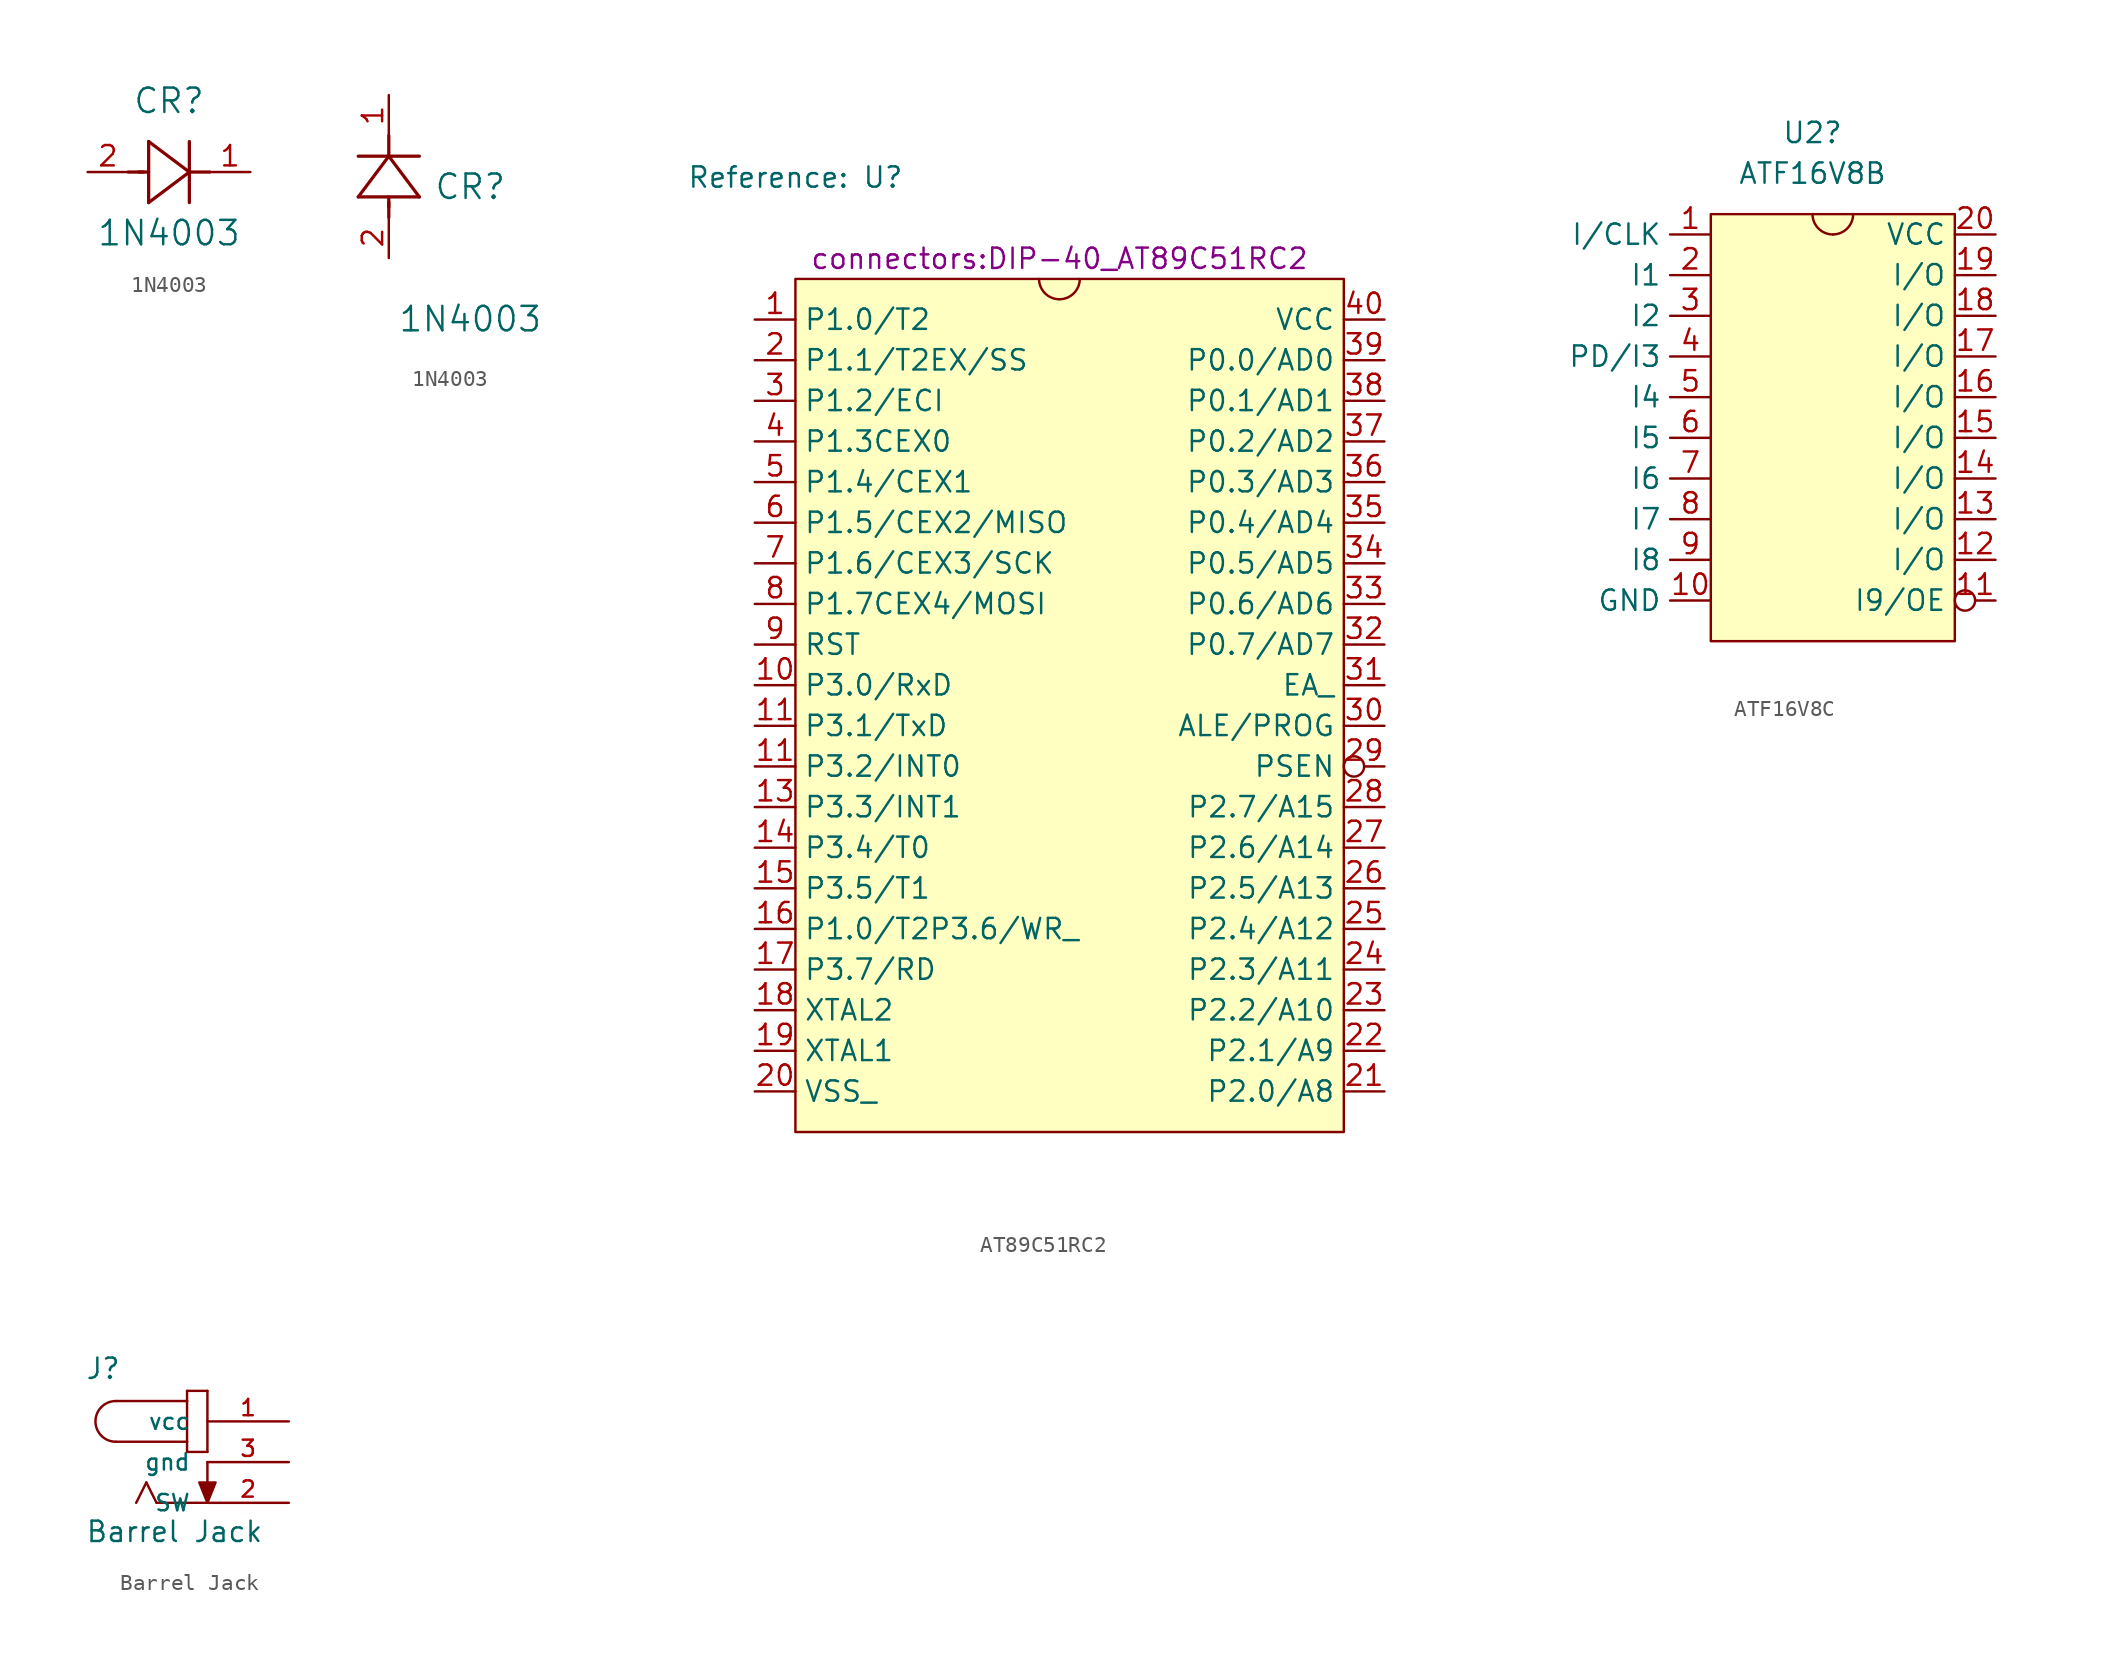
<source format=kicad_sym>
(kicad_symbol_lib
  (version 20231120)
  (generator "kicad_symbol_editor")
  (generator_version "8.0")
  (symbol "1N4003"
    (pin_names
      (offset 0.254))
    (property "Reference" "CR"
      (at 5.08 4.445 0)
      (effects (font (size 1.524 1.524))))
    (property "Value" "1N4003"
      (at 5.08 -3.81 0)
      (effects (font (size 1.524 1.524))))
    (property "ki_locked" ""
      (at 0 0 0)
      (effects (font (size 1.27 1.27))))
    (symbol "1N4003_1_1"
      (polyline (pts (xy 2.54 0) (xy 3.48 0)) (stroke (width 0.203) (type default)) (fill (type none)))
      (polyline (pts (xy 3.175 0) (xy 3.81 0)) (stroke (width 0.203) (type default)) (fill (type none)))
      (polyline (pts (xy 3.81 -1.905) (xy 6.35 0)) (stroke (width 0.203) (type default)) (fill (type none)))
      (polyline (pts (xy 3.81 1.905) (xy 3.81 -1.905)) (stroke (width 0.203) (type default)) (fill (type none)))
      (polyline (pts (xy 6.35 -1.905) (xy 6.35 1.905)) (stroke (width 0.203) (type default)) (fill (type none)))
      (polyline (pts (xy 6.35 0) (xy 3.81 1.905)) (stroke (width 0.203) (type default)) (fill (type none)))
      (polyline (pts (xy 6.35 0) (xy 7.62 0)) (stroke (width 0.203) (type default)) (fill (type none)))
      (pin unspecified line (at 10.16 0 180) (length 2.54) (name "" (effects (font (size 1.27 1.27)))) (number "1" (effects (font (size 1.27 1.27)))))
      (pin unspecified line (at 0 0 0) (length 2.54) (name "" (effects (font (size 1.27 1.27)))) (number "2" (effects (font (size 1.27 1.27))))))
    (symbol "1N4003_1_2"
      (polyline (pts (xy -1.905 3.81) (xy 1.905 3.81)) (stroke (width 0.203) (type default)) (fill (type none)))
      (polyline (pts (xy 0 2.54) (xy 0 3.48)) (stroke (width 0.203) (type default)) (fill (type none)))
      (polyline (pts (xy 0 3.175) (xy 0 3.81)) (stroke (width 0.203) (type default)) (fill (type none)))
      (polyline (pts (xy 0 6.35) (xy -1.905 3.81)) (stroke (width 0.203) (type default)) (fill (type none)))
      (polyline (pts (xy 0 6.35) (xy 0 7.62)) (stroke (width 0.203) (type default)) (fill (type none)))
      (polyline (pts (xy 1.905 3.81) (xy 0 6.35)) (stroke (width 0.203) (type default)) (fill (type none)))
      (polyline (pts (xy 1.905 6.35) (xy -1.905 6.35)) (stroke (width 0.203) (type default)) (fill (type none)))
      (pin unspecified line (at 0 10.16 270) (length 2.54) (name "" (effects (font (size 1.27 1.27)))) (number "1" (effects (font (size 1.27 1.27)))))
      (pin unspecified line (at 0 0 90) (length 2.54) (name "" (effects (font (size 1.27 1.27)))) (number "2" (effects (font (size 1.27 1.27)))))))
  (symbol "AT89C51RC2"
    (property "Reference" "U"
      (at 0 6.35 0)
      (show_name)
      (effects (font (size 1.27 1.27))))
    (property "Value" ""
      (at 0 0 0)
      (effects (font (size 1.27 1.27))))
    (property "Footprint" "connectors:DIP-40_AT89C51RC2"
      (at 16.51 1.27 0)
      (effects (font (size 1.27 1.27))))
    (symbol "AT89C51RC2_1_1"
      (rectangle (start 0 0) (end 34.29 -53.34) (stroke (width 0) (type default)) (fill (type background)))
      (arc (start 15.24 0) (mid 15.612 -0.898) (end 16.51 -1.27) (stroke (width 0) (type default)) (fill (type none)))
      (arc (start 16.51 -1.27) (mid 17.408 -0.898) (end 17.78 0) (stroke (width 0) (type default)) (fill (type none)))
      (pin bidirectional line (at -2.54 -2.54 0) (length 2.54) (name "P1.0/T2" (effects (font (size 1.27 1.27)))) (number "1" (effects (font (size 1.27 1.27)))))
      (pin input line (at -2.54 -25.4 0) (length 2.54) (name "P3.0/RxD" (effects (font (size 1.27 1.27)))) (number "10" (effects (font (size 1.27 1.27)))))
      (pin output line (at -2.54 -27.94 0) (length 2.54) (name "P3.1/TxD" (effects (font (size 1.27 1.27)))) (number "11" (effects (font (size 1.27 1.27)))))
      (pin bidirectional line (at -2.54 -30.48 0) (length 2.54) (name "P3.2/INT0" (effects (font (size 1.27 1.27)))) (number "11" (effects (font (size 1.27 1.27)))))
      (pin bidirectional line (at -2.54 -33.02 0) (length 2.54) (name "P3.3/INT1" (effects (font (size 1.27 1.27)))) (number "13" (effects (font (size 1.27 1.27)))))
      (pin bidirectional line (at -2.54 -35.56 0) (length 2.54) (name "P3.4/T0" (effects (font (size 1.27 1.27)))) (number "14" (effects (font (size 1.27 1.27)))))
      (pin bidirectional line (at -2.54 -38.1 0) (length 2.54) (name "P3.5/T1" (effects (font (size 1.27 1.27)))) (number "15" (effects (font (size 1.27 1.27)))))
      (pin bidirectional line (at -2.54 -40.64 0) (length 2.54) (name "P1.0/T2P3.6/WR_" (effects (font (size 1.27 1.27)))) (number "16" (effects (font (size 1.27 1.27)))))
      (pin bidirectional line (at -2.54 -43.18 0) (length 2.54) (name "P3.7/RD" (effects (font (size 1.27 1.27)))) (number "17" (effects (font (size 1.27 1.27)))))
      (pin unspecified line (at -2.54 -45.72 0) (length 2.54) (name "XTAL2" (effects (font (size 1.27 1.27)))) (number "18" (effects (font (size 1.27 1.27)))))
      (pin unspecified line (at -2.54 -48.26 0) (length 2.54) (name "XTAL1" (effects (font (size 1.27 1.27)))) (number "19" (effects (font (size 1.27 1.27)))))
      (pin bidirectional line (at -2.54 -5.08 0) (length 2.54) (name "P1.1/T2EX/SS" (effects (font (size 1.27 1.27)))) (number "2" (effects (font (size 1.27 1.27)))))
      (pin unspecified line (at -2.54 -50.8 0) (length 2.54) (name "VSS_" (effects (font (size 1.27 1.27)))) (number "20" (effects (font (size 1.27 1.27)))))
      (pin bidirectional line (at 36.83 -50.8 180) (length 2.54) (name "P2.0/A8" (effects (font (size 1.27 1.27)))) (number "21" (effects (font (size 1.27 1.27)))))
      (pin bidirectional line (at 36.83 -48.26 180) (length 2.54) (name "P2.1/A9" (effects (font (size 1.27 1.27)))) (number "22" (effects (font (size 1.27 1.27)))))
      (pin bidirectional line (at 36.83 -45.72 180) (length 2.54) (name "P2.2/A10" (effects (font (size 1.27 1.27)))) (number "23" (effects (font (size 1.27 1.27)))))
      (pin bidirectional line (at 36.83 -43.18 180) (length 2.54) (name "P2.3/A11" (effects (font (size 1.27 1.27)))) (number "24" (effects (font (size 1.27 1.27)))))
      (pin bidirectional line (at 36.83 -40.64 180) (length 2.54) (name "P2.4/A12" (effects (font (size 1.27 1.27)))) (number "25" (effects (font (size 1.27 1.27)))))
      (pin bidirectional line (at 36.83 -38.1 180) (length 2.54) (name "P2.5/A13" (effects (font (size 1.27 1.27)))) (number "26" (effects (font (size 1.27 1.27)))))
      (pin bidirectional line (at 36.83 -35.56 180) (length 2.54) (name "P2.6/A14" (effects (font (size 1.27 1.27)))) (number "27" (effects (font (size 1.27 1.27)))))
      (pin bidirectional line (at 36.83 -33.02 180) (length 2.54) (name "P2.7/A15" (effects (font (size 1.27 1.27)))) (number "28" (effects (font (size 1.27 1.27)))))
      (pin input inverted (at 36.83 -30.48 180) (length 2.54) (name "PSEN" (effects (font (size 1.27 1.27)))) (number "29" (effects (font (size 1.27 1.27)))))
      (pin bidirectional line (at -2.54 -7.62 0) (length 2.54) (name "P1.2/ECI" (effects (font (size 1.27 1.27)))) (number "3" (effects (font (size 1.27 1.27)))))
      (pin input line (at 36.83 -27.94 180) (length 2.54) (name "ALE/PROG" (effects (font (size 1.27 1.27)))) (number "30" (effects (font (size 1.27 1.27)))))
      (pin input line (at 36.83 -25.4 180) (length 2.54) (name "EA_" (effects (font (size 1.27 1.27)))) (number "31" (effects (font (size 1.27 1.27)))))
      (pin bidirectional line (at 36.83 -22.86 180) (length 2.54) (name "P0.7/AD7" (effects (font (size 1.27 1.27)))) (number "32" (effects (font (size 1.27 1.27)))))
      (pin bidirectional line (at 36.83 -20.32 180) (length 2.54) (name "P0.6/AD6" (effects (font (size 1.27 1.27)))) (number "33" (effects (font (size 1.27 1.27)))))
      (pin bidirectional line (at 36.83 -17.78 180) (length 2.54) (name "P0.5/AD5" (effects (font (size 1.27 1.27)))) (number "34" (effects (font (size 1.27 1.27)))))
      (pin bidirectional line (at 36.83 -15.24 180) (length 2.54) (name "P0.4/AD4" (effects (font (size 1.27 1.27)))) (number "35" (effects (font (size 1.27 1.27)))))
      (pin bidirectional line (at 36.83 -12.7 180) (length 2.54) (name "P0.3/AD3" (effects (font (size 1.27 1.27)))) (number "36" (effects (font (size 1.27 1.27)))))
      (pin bidirectional line (at 36.83 -10.16 180) (length 2.54) (name "P0.2/AD2" (effects (font (size 1.27 1.27)))) (number "37" (effects (font (size 1.27 1.27)))))
      (pin bidirectional line (at 36.83 -7.62 180) (length 2.54) (name "P0.1/AD1" (effects (font (size 1.27 1.27)))) (number "38" (effects (font (size 1.27 1.27)))))
      (pin bidirectional line (at 36.83 -5.08 180) (length 2.54) (name "P0.0/AD0" (effects (font (size 1.27 1.27)))) (number "39" (effects (font (size 1.27 1.27)))))
      (pin bidirectional line (at -2.54 -10.16 0) (length 2.54) (name "P1.3CEX0" (effects (font (size 1.27 1.27)))) (number "4" (effects (font (size 1.27 1.27)))))
      (pin power_in line (at 36.83 -2.54 180) (length 2.54) (name "VCC" (effects (font (size 1.27 1.27)))) (number "40" (effects (font (size 1.27 1.27)))))
      (pin bidirectional line (at -2.54 -12.7 0) (length 2.54) (name "P1.4/CEX1" (effects (font (size 1.27 1.27)))) (number "5" (effects (font (size 1.27 1.27)))))
      (pin bidirectional line (at -2.54 -15.24 0) (length 2.54) (name "P1.5/CEX2/MISO" (effects (font (size 1.27 1.27)))) (number "6" (effects (font (size 1.27 1.27)))))
      (pin bidirectional line (at -2.54 -17.78 0) (length 2.54) (name "P1.6/CEX3/SCK" (effects (font (size 1.27 1.27)))) (number "7" (effects (font (size 1.27 1.27)))))
      (pin bidirectional line (at -2.54 -20.32 0) (length 2.54) (name "P1.7CEX4/MOSI" (effects (font (size 1.27 1.27)))) (number "8" (effects (font (size 1.27 1.27)))))
      (pin bidirectional line (at -2.54 -22.86 0) (length 2.54) (name "RST" (effects (font (size 1.27 1.27)))) (number "9" (effects (font (size 1.27 1.27)))))))
  (symbol "ATF16V8C"
    (property "Reference" "U2"
      (at 6.35 5.08 0)
      (effects (font (size 1.27 1.27))))
    (property "Value" "ATF16V8B"
      (at 6.35 2.54 0)
      (effects (font (size 1.27 1.27))))
    (symbol "ATF16V8C_0_1"
      (arc (start 6.35 0) (mid 6.722 -0.898) (end 7.62 -1.27) (stroke (width 0) (type default)) (fill (type none)))
      (arc (start 7.62 -1.27) (mid 8.518 -0.898) (end 8.89 0) (stroke (width 0) (type default)) (fill (type none))))
    (symbol "ATF16V8C_1_0"
      (pin bidirectional line (at 17.78 -6.35 180) (length 2.54) (name "I/O" (effects (font (size 1.27 1.27)))) (number "18" (effects (font (size 1.27 1.27))))))
    (symbol "ATF16V8C_1_1"
      (rectangle (start 0 0) (end 15.24 -26.67) (stroke (width 0) (type default)) (fill (type background)))
      (pin input line (at 0 -1.27 180) (length 2.54) (name "I/CLK" (effects (font (size 1.27 1.27)))) (number "1" (effects (font (size 1.27 1.27)))))
      (pin power_out line (at 0 -24.13 180) (length 2.54) (name "GND" (effects (font (size 1.27 1.27)))) (number "10" (effects (font (size 1.27 1.27)))))
      (pin input inverted (at 17.78 -24.13 180) (length 2.54) (name "I9/OE" (effects (font (size 1.27 1.27)))) (number "11" (effects (font (size 1.27 1.27)))))
      (pin bidirectional line (at 17.78 -21.59 180) (length 2.54) (name "I/O" (effects (font (size 1.27 1.27)))) (number "12" (effects (font (size 1.27 1.27)))))
      (pin bidirectional line (at 17.78 -19.05 180) (length 2.54) (name "I/O" (effects (font (size 1.27 1.27)))) (number "13" (effects (font (size 1.27 1.27)))))
      (pin bidirectional line (at 17.78 -16.51 180) (length 2.54) (name "I/O" (effects (font (size 1.27 1.27)))) (number "14" (effects (font (size 1.27 1.27)))))
      (pin bidirectional line (at 17.78 -13.97 180) (length 2.54) (name "I/O" (effects (font (size 1.27 1.27)))) (number "15" (effects (font (size 1.27 1.27)))))
      (pin bidirectional line (at 17.78 -11.43 180) (length 2.54) (name "I/O" (effects (font (size 1.27 1.27)))) (number "16" (effects (font (size 1.27 1.27)))))
      (pin bidirectional line (at 17.78 -8.89 180) (length 2.54) (name "I/O" (effects (font (size 1.27 1.27)))) (number "17" (effects (font (size 1.27 1.27)))))
      (pin bidirectional line (at 17.78 -3.81 180) (length 2.54) (name "I/O" (effects (font (size 1.27 1.27)))) (number "19" (effects (font (size 1.27 1.27)))))
      (pin input line (at 0 -3.81 180) (length 2.54) (name "I1" (effects (font (size 1.27 1.27)))) (number "2" (effects (font (size 1.27 1.27)))))
      (pin power_in line (at 17.78 -1.27 180) (length 2.54) (name "VCC" (effects (font (size 1.27 1.27)))) (number "20" (effects (font (size 1.27 1.27)))))
      (pin input line (at 0 -6.35 180) (length 2.54) (name "I2" (effects (font (size 1.27 1.27)))) (number "3" (effects (font (size 1.27 1.27)))))
      (pin input line (at 0 -8.89 180) (length 2.54) (name "PD/I3" (effects (font (size 1.27 1.27)))) (number "4" (effects (font (size 1.27 1.27)))))
      (pin input line (at 0 -11.43 180) (length 2.54) (name "I4" (effects (font (size 1.27 1.27)))) (number "5" (effects (font (size 1.27 1.27)))))
      (pin input line (at 0 -13.97 180) (length 2.54) (name "I5" (effects (font (size 1.27 1.27)))) (number "6" (effects (font (size 1.27 1.27)))))
      (pin input line (at 0 -16.51 180) (length 2.54) (name "I6" (effects (font (size 1.27 1.27)))) (number "7" (effects (font (size 1.27 1.27)))))
      (pin input line (at 0 -19.05 180) (length 2.54) (name "I7" (effects (font (size 1.27 1.27)))) (number "8" (effects (font (size 1.27 1.27)))))
      (pin input line (at 0 -21.59 180) (length 2.54) (name "I8" (effects (font (size 1.27 1.27)))) (number "9" (effects (font (size 1.27 1.27)))))))
  (symbol "Barrel Jack"
    (pin_names
      (offset 1.016))
    (property "Reference" "J"
      (at -7.634 5.089 0)
      (effects (font (size 1.27 1.27)) (justify left bottom)))
    (property "Value" "Barrel Jack"
      (at -7.627 -5.085 0)
      (effects (font (size 1.27 1.27)) (justify left bottom)))
    (symbol "Barrel Jack_0_0"
      (arc (start -5.715 3.81) (mid -6.9794 2.54) (end -5.715 1.27) (stroke (width 0.1524) (type default)) (fill (type none)))
      (polyline (pts (xy -5.715 3.81) (xy -1.27 3.81)) (stroke (width 0.152) (type default)) (fill (type none)))
      (polyline (pts (xy -3.81 -1.27) (xy -4.445 -2.54)) (stroke (width 0.152) (type default)) (fill (type none)))
      (polyline (pts (xy -3.175 -2.54) (xy -3.81 -1.27)) (stroke (width 0.152) (type default)) (fill (type none)))
      (polyline (pts (xy -1.27 0.635) (xy 0 0.635)) (stroke (width 0.152) (type default)) (fill (type none)))
      (polyline (pts (xy -1.27 1.27) (xy -5.715 1.27)) (stroke (width 0.152) (type default)) (fill (type none)))
      (polyline (pts (xy -1.27 1.27) (xy -1.27 0.635)) (stroke (width 0.152) (type default)) (fill (type none)))
      (polyline (pts (xy -1.27 3.81) (xy -1.27 1.27)) (stroke (width 0.152) (type default)) (fill (type none)))
      (polyline (pts (xy -1.27 4.445) (xy -1.27 3.81)) (stroke (width 0.152) (type default)) (fill (type none)))
      (polyline (pts (xy 0 -2.54) (xy -3.175 -2.54)) (stroke (width 0.152) (type default)) (fill (type none)))
      (polyline (pts (xy 0 0) (xy 0 -2.54)) (stroke (width 0.152) (type default)) (fill (type none)))
      (polyline (pts (xy 0 0.635) (xy 0 4.445)) (stroke (width 0.152) (type default)) (fill (type none)))
      (polyline (pts (xy 0 4.445) (xy -1.27 4.445)) (stroke (width 0.152) (type default)) (fill (type none)))
      (polyline (pts (xy 0 -2.54) (xy -0.508 -1.27) (xy 0.508 -1.27) (xy 0 -2.54)) (stroke (width 0.152) (type default)) (fill (type outline))))
    (symbol "Barrel Jack_1_0"
      (pin passive line (at 5.08 2.54 180) (length 5.08) (name "vcc" (effects (font (size 1.016 1.016)))) (number "1" (effects (font (size 1.016 1.016)))))
      (pin passive line (at 5.08 -2.54 180) (length 5.08) (name "SW" (effects (font (size 1.016 1.016)))) (number "2" (effects (font (size 1.016 1.016)))))
      (pin passive line (at 5.08 0 180) (length 5.08) (name "gnd" (effects (font (size 1.016 1.016)))) (number "3" (effects (font (size 1.016 1.016))))))))
</source>
